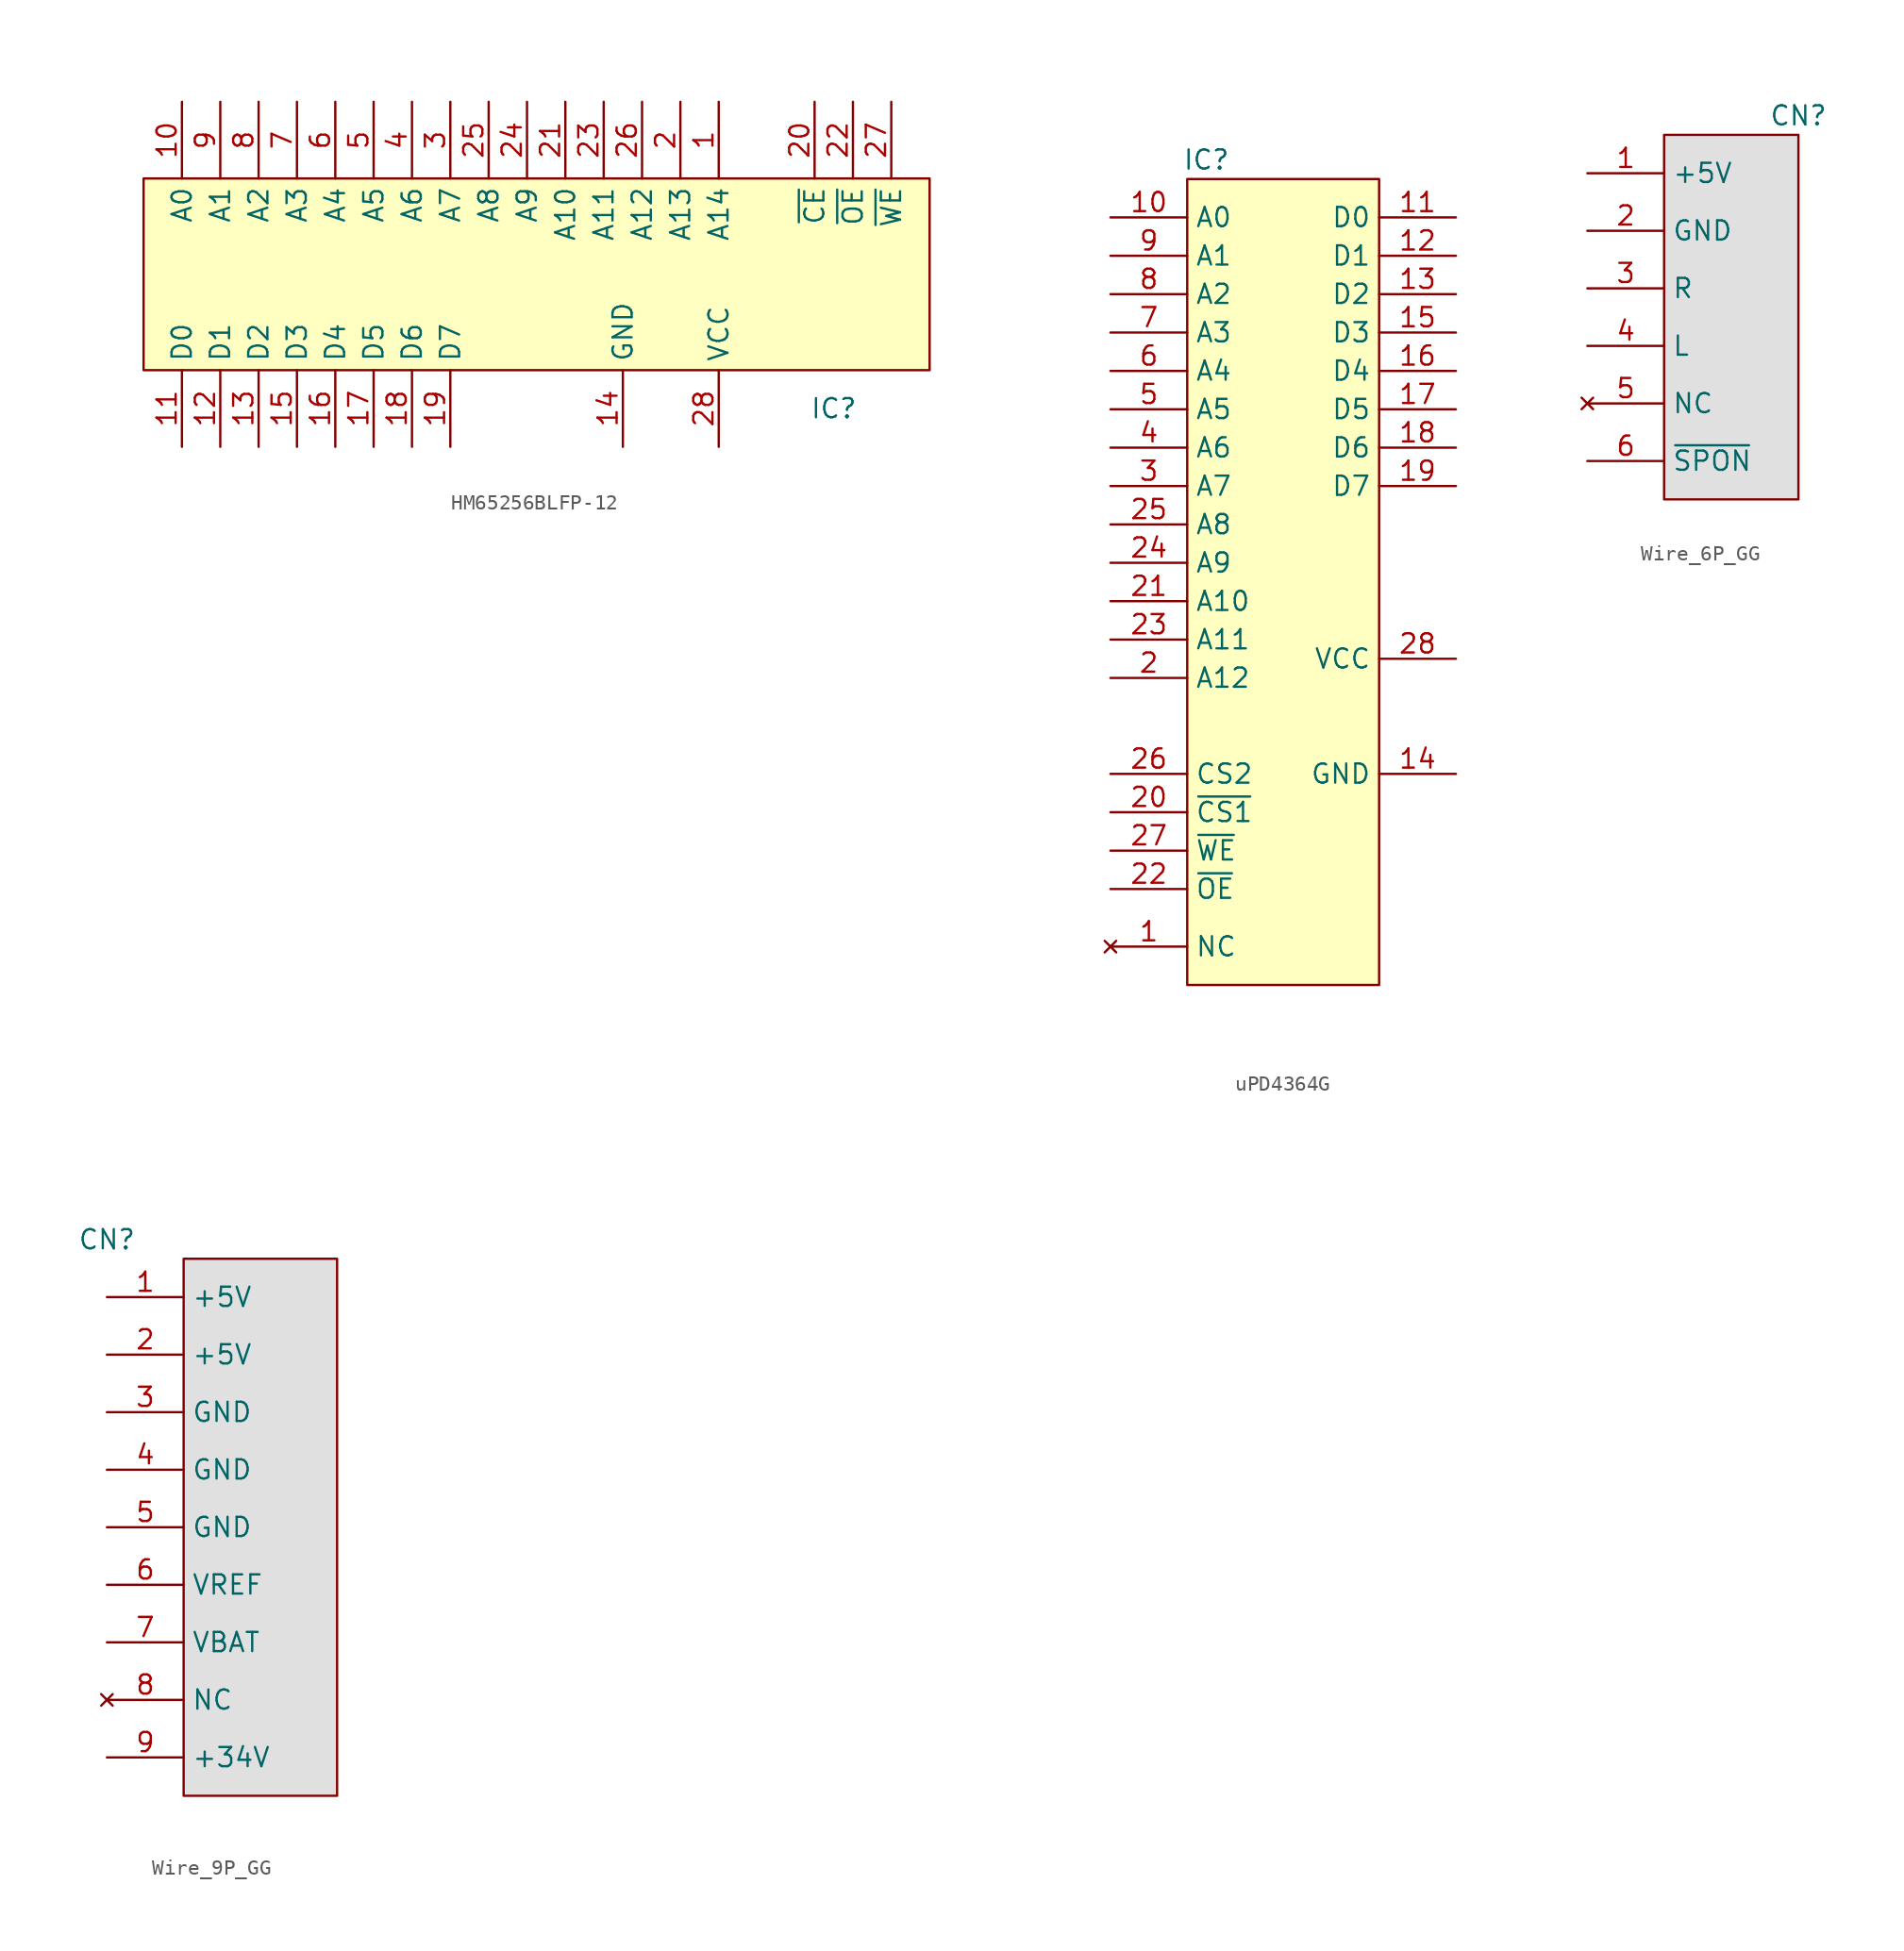
<source format=kicad_sym>
(kicad_symbol_lib
  (version 20220914)
  (generator kicad_symbol_editor)
  (symbol "HM65256BLFP-12"
    (property "Reference" "IC"
      (at 19.05 -8.89 0)
      (effects (font (size 1.27 1.27))))
    (property "Value" ""
      (at -26.67 6.35 90)
      (effects (font (size 1.27 1.27))))
    (symbol "HM65256BLFP-12_0_1"
      (rectangle (start -26.67 6.35) (end 25.4 -6.35) (stroke (width 0) (type default)) (fill (type background))))
    (symbol "HM65256BLFP-12_1_1"
      (pin input line (at 11.43 11.43 270) (length 5.08) (name "A14" (effects (font (size 1.27 1.27)))) (number "1" (effects (font (size 1.27 1.27)))))
      (pin input line (at -24.13 11.43 270) (length 5.08) (name "A0" (effects (font (size 1.27 1.27)))) (number "10" (effects (font (size 1.27 1.27)))))
      (pin bidirectional line (at -24.13 -11.43 90) (length 5.08) (name "D0" (effects (font (size 1.27 1.27)))) (number "11" (effects (font (size 1.27 1.27)))))
      (pin bidirectional line (at -21.59 -11.43 90) (length 5.08) (name "D1" (effects (font (size 1.27 1.27)))) (number "12" (effects (font (size 1.27 1.27)))))
      (pin bidirectional line (at -19.05 -11.43 90) (length 5.08) (name "D2" (effects (font (size 1.27 1.27)))) (number "13" (effects (font (size 1.27 1.27)))))
      (pin power_in line (at 5.08 -11.43 90) (length 5.08) (name "GND" (effects (font (size 1.27 1.27)))) (number "14" (effects (font (size 1.27 1.27)))))
      (pin bidirectional line (at -16.51 -11.43 90) (length 5.08) (name "D3" (effects (font (size 1.27 1.27)))) (number "15" (effects (font (size 1.27 1.27)))))
      (pin bidirectional line (at -13.97 -11.43 90) (length 5.08) (name "D4" (effects (font (size 1.27 1.27)))) (number "16" (effects (font (size 1.27 1.27)))))
      (pin bidirectional line (at -11.43 -11.43 90) (length 5.08) (name "D5" (effects (font (size 1.27 1.27)))) (number "17" (effects (font (size 1.27 1.27)))))
      (pin bidirectional line (at -8.89 -11.43 90) (length 5.08) (name "D6" (effects (font (size 1.27 1.27)))) (number "18" (effects (font (size 1.27 1.27)))))
      (pin bidirectional line (at -6.35 -11.43 90) (length 5.08) (name "D7" (effects (font (size 1.27 1.27)))) (number "19" (effects (font (size 1.27 1.27)))))
      (pin input line (at 8.89 11.43 270) (length 5.08) (name "A13" (effects (font (size 1.27 1.27)))) (number "2" (effects (font (size 1.27 1.27)))))
      (pin input line (at 17.78 11.43 270) (length 5.08) (name "~{CE}" (effects (font (size 1.27 1.27)))) (number "20" (effects (font (size 1.27 1.27)))))
      (pin input line (at 1.27 11.43 270) (length 5.08) (name "A10" (effects (font (size 1.27 1.27)))) (number "21" (effects (font (size 1.27 1.27)))))
      (pin input line (at 20.32 11.43 270) (length 5.08) (name "~{OE}" (effects (font (size 1.27 1.27)))) (number "22" (effects (font (size 1.27 1.27)))))
      (pin input line (at 3.81 11.43 270) (length 5.08) (name "A11" (effects (font (size 1.27 1.27)))) (number "23" (effects (font (size 1.27 1.27)))))
      (pin input line (at -1.27 11.43 270) (length 5.08) (name "A9" (effects (font (size 1.27 1.27)))) (number "24" (effects (font (size 1.27 1.27)))))
      (pin input line (at -3.81 11.43 270) (length 5.08) (name "A8" (effects (font (size 1.27 1.27)))) (number "25" (effects (font (size 1.27 1.27)))))
      (pin input line (at 6.35 11.43 270) (length 5.08) (name "A12" (effects (font (size 1.27 1.27)))) (number "26" (effects (font (size 1.27 1.27)))))
      (pin input line (at 22.86 11.43 270) (length 5.08) (name "~{WE}" (effects (font (size 1.27 1.27)))) (number "27" (effects (font (size 1.27 1.27)))))
      (pin power_in line (at 11.43 -11.43 90) (length 5.08) (name "VCC" (effects (font (size 1.27 1.27)))) (number "28" (effects (font (size 1.27 1.27)))))
      (pin input line (at -6.35 11.43 270) (length 5.08) (name "A7" (effects (font (size 1.27 1.27)))) (number "3" (effects (font (size 1.27 1.27)))))
      (pin input line (at -8.89 11.43 270) (length 5.08) (name "A6" (effects (font (size 1.27 1.27)))) (number "4" (effects (font (size 1.27 1.27)))))
      (pin input line (at -11.43 11.43 270) (length 5.08) (name "A5" (effects (font (size 1.27 1.27)))) (number "5" (effects (font (size 1.27 1.27)))))
      (pin input line (at -13.97 11.43 270) (length 5.08) (name "A4" (effects (font (size 1.27 1.27)))) (number "6" (effects (font (size 1.27 1.27)))))
      (pin input line (at -16.51 11.43 270) (length 5.08) (name "A3" (effects (font (size 1.27 1.27)))) (number "7" (effects (font (size 1.27 1.27)))))
      (pin input line (at -19.05 11.43 270) (length 5.08) (name "A2" (effects (font (size 1.27 1.27)))) (number "8" (effects (font (size 1.27 1.27)))))
      (pin input line (at -21.59 11.43 270) (length 5.08) (name "A1" (effects (font (size 1.27 1.27)))) (number "9" (effects (font (size 1.27 1.27)))))))
  (symbol "uPD4364G"
    (property "Reference" "IC"
      (at -5.08 27.94 0)
      (effects (font (size 1.27 1.27))))
    (property "Value" ""
      (at -6.35 26.67 0)
      (effects (font (size 1.27 1.27))))
    (symbol "uPD4364G_0_1"
      (rectangle (start -6.35 26.67) (end 6.35 -26.67) (stroke (width 0) (type default)) (fill (type background))))
    (symbol "uPD4364G_1_1"
      (pin no_connect line (at -11.43 -24.13 0) (length 5.08) (name "NC" (effects (font (size 1.27 1.27)))) (number "1" (effects (font (size 1.27 1.27)))))
      (pin input line (at -11.43 24.13 0) (length 5.08) (name "A0" (effects (font (size 1.27 1.27)))) (number "10" (effects (font (size 1.27 1.27)))))
      (pin bidirectional line (at 11.43 24.13 180) (length 5.08) (name "D0" (effects (font (size 1.27 1.27)))) (number "11" (effects (font (size 1.27 1.27)))))
      (pin bidirectional line (at 11.43 21.59 180) (length 5.08) (name "D1" (effects (font (size 1.27 1.27)))) (number "12" (effects (font (size 1.27 1.27)))))
      (pin bidirectional line (at 11.43 19.05 180) (length 5.08) (name "D2" (effects (font (size 1.27 1.27)))) (number "13" (effects (font (size 1.27 1.27)))))
      (pin power_in line (at 11.43 -12.7 180) (length 5.08) (name "GND" (effects (font (size 1.27 1.27)))) (number "14" (effects (font (size 1.27 1.27)))))
      (pin bidirectional line (at 11.43 16.51 180) (length 5.08) (name "D3" (effects (font (size 1.27 1.27)))) (number "15" (effects (font (size 1.27 1.27)))))
      (pin bidirectional line (at 11.43 13.97 180) (length 5.08) (name "D4" (effects (font (size 1.27 1.27)))) (number "16" (effects (font (size 1.27 1.27)))))
      (pin bidirectional line (at 11.43 11.43 180) (length 5.08) (name "D5" (effects (font (size 1.27 1.27)))) (number "17" (effects (font (size 1.27 1.27)))))
      (pin bidirectional line (at 11.43 8.89 180) (length 5.08) (name "D6" (effects (font (size 1.27 1.27)))) (number "18" (effects (font (size 1.27 1.27)))))
      (pin bidirectional line (at 11.43 6.35 180) (length 5.08) (name "D7" (effects (font (size 1.27 1.27)))) (number "19" (effects (font (size 1.27 1.27)))))
      (pin input line (at -11.43 -6.35 0) (length 5.08) (name "A12" (effects (font (size 1.27 1.27)))) (number "2" (effects (font (size 1.27 1.27)))))
      (pin input line (at -11.43 -15.24 0) (length 5.08) (name "~{CS1}" (effects (font (size 1.27 1.27)))) (number "20" (effects (font (size 1.27 1.27)))))
      (pin input line (at -11.43 -1.27 0) (length 5.08) (name "A10" (effects (font (size 1.27 1.27)))) (number "21" (effects (font (size 1.27 1.27)))))
      (pin input line (at -11.43 -20.32 0) (length 5.08) (name "~{OE}" (effects (font (size 1.27 1.27)))) (number "22" (effects (font (size 1.27 1.27)))))
      (pin input line (at -11.43 -3.81 0) (length 5.08) (name "A11" (effects (font (size 1.27 1.27)))) (number "23" (effects (font (size 1.27 1.27)))))
      (pin input line (at -11.43 1.27 0) (length 5.08) (name "A9" (effects (font (size 1.27 1.27)))) (number "24" (effects (font (size 1.27 1.27)))))
      (pin input line (at -11.43 3.81 0) (length 5.08) (name "A8" (effects (font (size 1.27 1.27)))) (number "25" (effects (font (size 1.27 1.27)))))
      (pin input line (at -11.43 -12.7 0) (length 5.08) (name "CS2" (effects (font (size 1.27 1.27)))) (number "26" (effects (font (size 1.27 1.27)))))
      (pin input line (at -11.43 -17.78 0) (length 5.08) (name "~{WE}" (effects (font (size 1.27 1.27)))) (number "27" (effects (font (size 1.27 1.27)))))
      (pin power_in line (at 11.43 -5.08 180) (length 5.08) (name "VCC" (effects (font (size 1.27 1.27)))) (number "28" (effects (font (size 1.27 1.27)))))
      (pin input line (at -11.43 6.35 0) (length 5.08) (name "A7" (effects (font (size 1.27 1.27)))) (number "3" (effects (font (size 1.27 1.27)))))
      (pin input line (at -11.43 8.89 0) (length 5.08) (name "A6" (effects (font (size 1.27 1.27)))) (number "4" (effects (font (size 1.27 1.27)))))
      (pin input line (at -11.43 11.43 0) (length 5.08) (name "A5" (effects (font (size 1.27 1.27)))) (number "5" (effects (font (size 1.27 1.27)))))
      (pin input line (at -11.43 13.97 0) (length 5.08) (name "A4" (effects (font (size 1.27 1.27)))) (number "6" (effects (font (size 1.27 1.27)))))
      (pin input line (at -11.43 16.51 0) (length 5.08) (name "A3" (effects (font (size 1.27 1.27)))) (number "7" (effects (font (size 1.27 1.27)))))
      (pin input line (at -11.43 19.05 0) (length 5.08) (name "A2" (effects (font (size 1.27 1.27)))) (number "8" (effects (font (size 1.27 1.27)))))
      (pin input line (at -11.43 21.59 0) (length 5.08) (name "A1" (effects (font (size 1.27 1.27)))) (number "9" (effects (font (size 1.27 1.27)))))))
  (symbol "Wire_6P_GG"
    (property "Reference" "CN"
      (at 5.08 13.97 0)
      (effects (font (size 1.27 1.27))))
    (property "Value" ""
      (at -8.89 13.97 0)
      (effects (font (size 1.27 1.27))))
    (symbol "Wire_6P_GG_0_1"
      (rectangle (start -3.81 12.7) (end 5.08 -11.43) (stroke (width 0) (type default)) (fill (type color) (color 132 132 132 0.251))))
    (symbol "Wire_6P_GG_1_1"
      (pin power_in line (at -8.89 10.16 0) (length 5.08) (name "+5V" (effects (font (size 1.27 1.27)))) (number "1" (effects (font (size 1.27 1.27)))))
      (pin power_in line (at -8.89 6.35 0) (length 5.08) (name "GND" (effects (font (size 1.27 1.27)))) (number "2" (effects (font (size 1.27 1.27)))))
      (pin input line (at -8.89 2.54 0) (length 5.08) (name "R" (effects (font (size 1.27 1.27)))) (number "3" (effects (font (size 1.27 1.27)))))
      (pin input line (at -8.89 -1.27 0) (length 5.08) (name "L" (effects (font (size 1.27 1.27)))) (number "4" (effects (font (size 1.27 1.27)))))
      (pin no_connect line (at -8.89 -5.08 0) (length 5.08) (name "NC" (effects (font (size 1.27 1.27)))) (number "5" (effects (font (size 1.27 1.27)))))
      (pin output line (at -8.89 -8.89 0) (length 5.08) (name "~{SPON}" (effects (font (size 1.27 1.27)))) (number "6" (effects (font (size 1.27 1.27)))))))
  (symbol "Wire_9P_GG"
    (property "Reference" "CN"
      (at -10.16 19.05 0)
      (effects (font (size 1.27 1.27))))
    (property "Value" ""
      (at -10.16 6.35 0)
      (effects (font (size 1.27 1.27))))
    (symbol "Wire_9P_GG_0_1"
      (rectangle (start -5.08 17.78) (end 5.08 -17.78) (stroke (width 0) (type default)) (fill (type color) (color 132 132 132 0.251))))
    (symbol "Wire_9P_GG_1_1"
      (pin power_out line (at -10.16 15.24 0) (length 5.08) (name "+5V" (effects (font (size 1.27 1.27)))) (number "1" (effects (font (size 1.27 1.27)))))
      (pin power_out line (at -10.16 11.43 0) (length 5.08) (name "+5V" (effects (font (size 1.27 1.27)))) (number "2" (effects (font (size 1.27 1.27)))))
      (pin power_out line (at -10.16 7.62 0) (length 5.08) (name "GND" (effects (font (size 1.27 1.27)))) (number "3" (effects (font (size 1.27 1.27)))))
      (pin power_out line (at -10.16 3.81 0) (length 5.08) (name "GND" (effects (font (size 1.27 1.27)))) (number "4" (effects (font (size 1.27 1.27)))))
      (pin power_out line (at -10.16 0 0) (length 5.08) (name "GND" (effects (font (size 1.27 1.27)))) (number "5" (effects (font (size 1.27 1.27)))))
      (pin power_out line (at -10.16 -3.81 0) (length 5.08) (name "VREF" (effects (font (size 1.27 1.27)))) (number "6" (effects (font (size 1.27 1.27)))))
      (pin power_out line (at -10.16 -7.62 0) (length 5.08) (name "VBAT" (effects (font (size 1.27 1.27)))) (number "7" (effects (font (size 1.27 1.27)))))
      (pin no_connect line (at -10.16 -11.43 0) (length 5.08) (name "NC" (effects (font (size 1.27 1.27)))) (number "8" (effects (font (size 1.27 1.27)))))
      (pin power_out line (at -10.16 -15.24 0) (length 5.08) (name "+34V" (effects (font (size 1.27 1.27)))) (number "9" (effects (font (size 1.27 1.27))))))))
</source>
